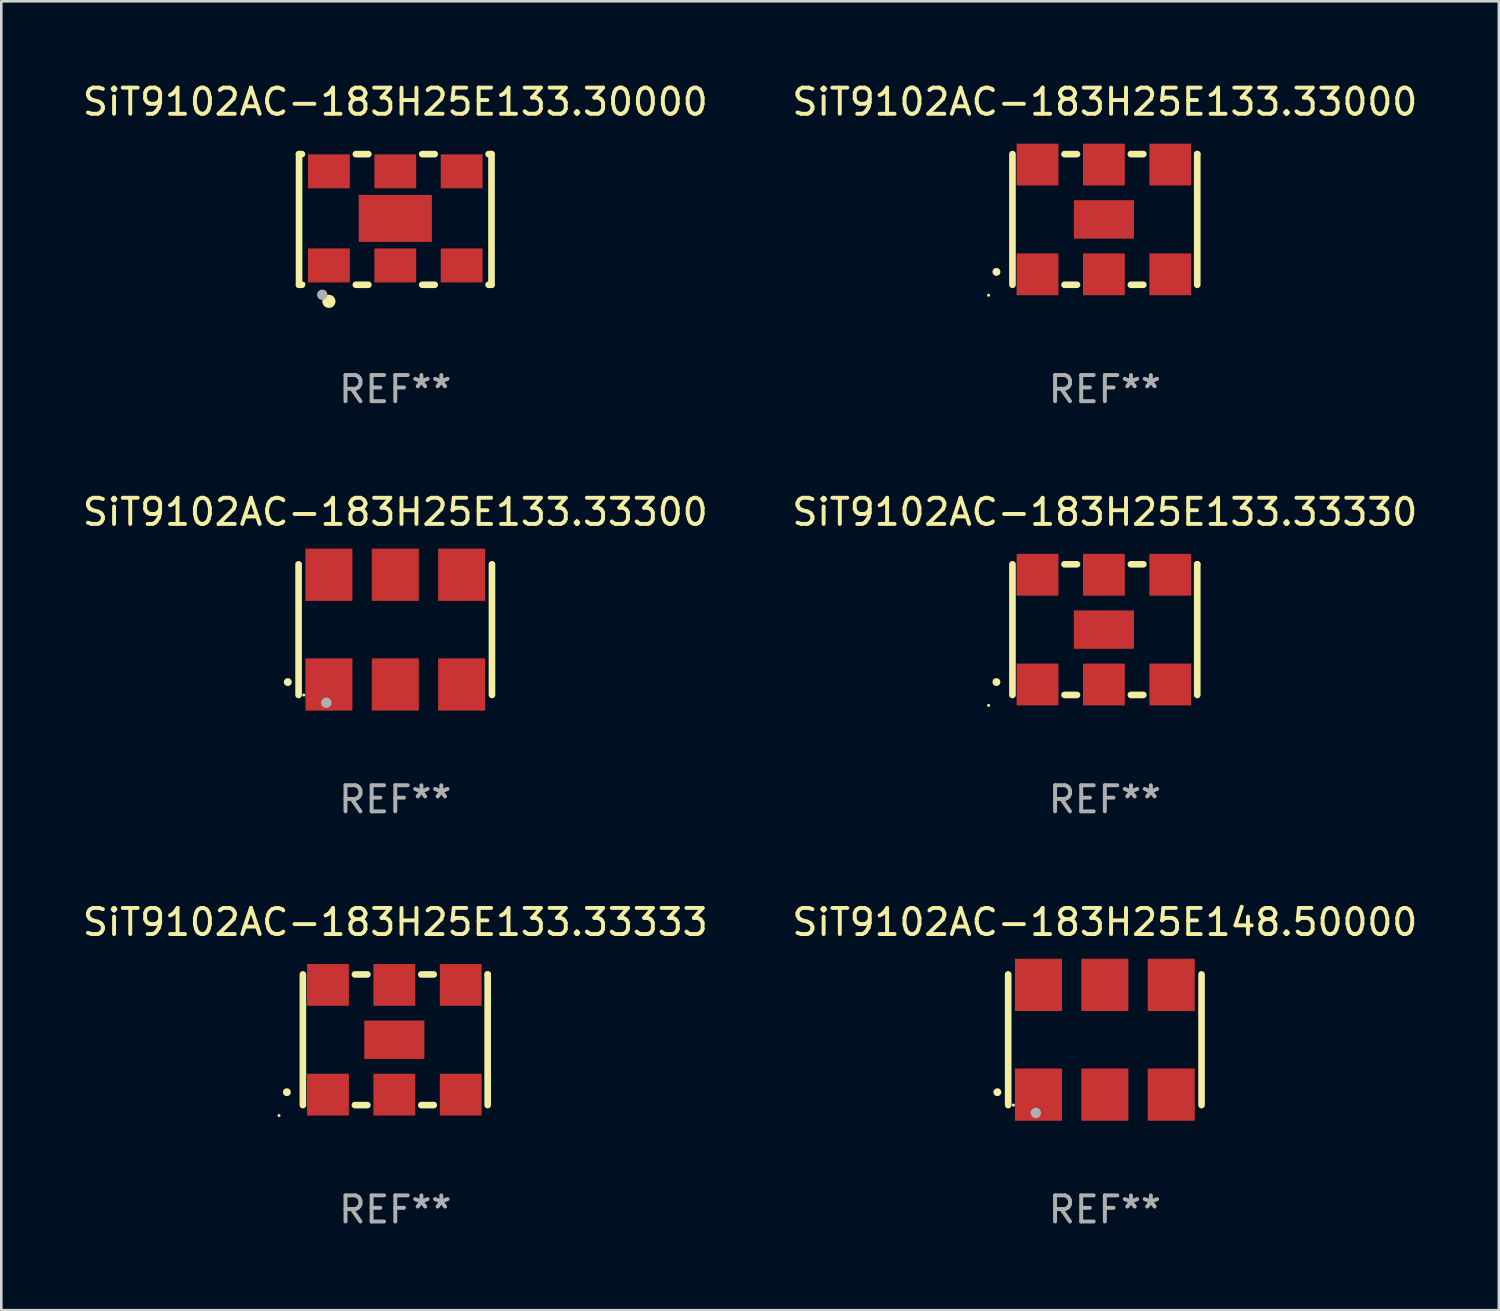
<source format=kicad_pcb>
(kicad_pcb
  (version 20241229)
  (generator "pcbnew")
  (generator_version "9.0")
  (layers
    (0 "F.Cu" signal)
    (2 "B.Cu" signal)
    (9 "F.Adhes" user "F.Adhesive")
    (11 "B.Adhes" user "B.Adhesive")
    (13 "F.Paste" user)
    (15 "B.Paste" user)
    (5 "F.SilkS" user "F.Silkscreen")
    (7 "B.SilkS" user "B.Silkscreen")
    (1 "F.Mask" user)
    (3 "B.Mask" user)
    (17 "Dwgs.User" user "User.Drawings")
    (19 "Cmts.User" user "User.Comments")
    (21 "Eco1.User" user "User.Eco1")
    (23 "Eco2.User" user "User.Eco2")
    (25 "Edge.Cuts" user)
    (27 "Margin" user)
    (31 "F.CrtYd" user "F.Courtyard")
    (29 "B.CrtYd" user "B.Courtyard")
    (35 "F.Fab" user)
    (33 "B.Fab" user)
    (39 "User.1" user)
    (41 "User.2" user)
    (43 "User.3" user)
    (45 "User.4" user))
  (footprint "SiT9102AC-183H25E133.33000"
    (layer "F.Cu")
    (at 39.232 5.348)
    (property "Reference" "SiT9102AC-183H25E133.33000" (at 0 -4.5 0) (layer "F.SilkS") (effects (font (size 1 1) (thickness 0.15))))
    (attr through_hole)
    (fp_line (start -3.536 -2.5) (end -3.536 2.5) (stroke (width 0.254) (type solid)) (layer "F.SilkS"))
    (fp_line (start -1.544 2.5) (end -1.067 2.5) (stroke (width 0.254) (type solid)) (layer "F.SilkS"))
    (fp_line (start -1.067 -2.5) (end -1.544 -2.5) (stroke (width 0.254) (type solid)) (layer "F.SilkS"))
    (fp_line (start 0.996 2.5) (end 1.473 2.5) (stroke (width 0.254) (type solid)) (layer "F.SilkS"))
    (fp_line (start 1.473 -2.5) (end 0.996 -2.5) (stroke (width 0.254) (type solid)) (layer "F.SilkS"))
    (fp_line (start 3.536 -2.5) (end 3.536 -2.5) (stroke (width 0.254) (type solid)) (layer "F.SilkS"))
    (fp_line (start 3.536 2.5) (end 3.536 -2.5) (stroke (width 0.254) (type solid)) (layer "F.SilkS"))
    (fp_arc (start -4.150432 2.006604) (mid -4.149162 2.006599) (end -4.147892 2.006604) (stroke (width 0.3) (type solid)) (layer "F.SilkS"))
    (fp_circle (center -4.449 2.9) (end -4.419 2.9) (stroke (width 0.06) (type solid)) (fill no) (layer "F.SilkS"))
    (fp_text user "REF**" (at 0 6.5 0) (layer "F.Fab") (effects (font (size 1 1) (thickness 0.15))))
    (pad "1" smd rect (at -2.576 2.1) (size 1.6 1.6) (layers "F.Cu" "F.Mask" "F.Paste"))
    (pad "2" smd rect (at -0.036 2.1) (size 1.6 1.6) (layers "F.Cu" "F.Mask" "F.Paste"))
    (pad "3" smd rect (at 2.504 2.1) (size 1.6 1.6) (layers "F.Cu" "F.Mask" "F.Paste"))
    (pad "4" smd rect (at 2.504 -2.1) (size 1.6 1.6) (layers "F.Cu" "F.Mask" "F.Paste"))
    (pad "5" smd rect (at -0.036 -2.1) (size 1.6 1.6) (layers "F.Cu" "F.Mask" "F.Paste"))
    (pad "6" smd rect (at -2.576 -2.1) (size 1.6 1.6) (layers "F.Cu" "F.Mask" "F.Paste"))
    (pad "7" smd rect (at -0.036 0) (size 2.3 1.47) (layers "F.Cu" "F.Mask" "F.Paste")))
  (footprint "SiT9102AC-183H25E133.30000"
    (layer "F.Cu")
    (at 12.077 5.348)
    (property "Reference" "SiT9102AC-183H25E133.30000" (at 0 -4.5 0) (layer "F.SilkS") (effects (font (size 1 1) (thickness 0.15))))
    (attr through_hole)
    (fp_line (start -3.683 -2.5) (end -3.571 -2.5) (stroke (width 0.254) (type solid)) (layer "F.SilkS"))
    (fp_line (start -3.683 2.5) (end -3.683 -2.5) (stroke (width 0.254) (type solid)) (layer "F.SilkS"))
    (fp_line (start -3.683 2.5) (end -3.571 2.5) (stroke (width 0.254) (type solid)) (layer "F.SilkS"))
    (fp_line (start -1.509 -2.5) (end -1.031 -2.5) (stroke (width 0.254) (type solid)) (layer "F.SilkS"))
    (fp_line (start -1.509 2.5) (end -1.031 2.5) (stroke (width 0.254) (type solid)) (layer "F.SilkS"))
    (fp_line (start 1.031 -2.5) (end 1.509 -2.5) (stroke (width 0.254) (type solid)) (layer "F.SilkS"))
    (fp_line (start 1.031 2.5) (end 1.509 2.5) (stroke (width 0.254) (type solid)) (layer "F.SilkS"))
    (fp_line (start 3.571 -2.5) (end 3.683 -2.5) (stroke (width 0.254) (type solid)) (layer "F.SilkS"))
    (fp_line (start 3.571 2.5) (end 3.683 2.5) (stroke (width 0.254) (type solid)) (layer "F.SilkS"))
    (fp_line (start 3.683 2.5) (end 3.683 -2.5) (stroke (width 0.254) (type solid)) (layer "F.SilkS"))
    (fp_circle (center -3.5 2.46) (end -3.47 2.46) (stroke (width 0.06) (type solid)) (fill no) (layer "F.SilkS"))
    (fp_circle (center -2.54 3.135) (end -2.413 3.135) (stroke (width 0.254) (type solid)) (fill no) (layer "F.SilkS"))
    (fp_circle (center -2.794 2.881) (end -2.694 2.881) (stroke (width 0.2) (type solid)) (fill no) (layer "F.Fab"))
    (fp_text user "REF**" (at 0 6.5 0) (layer "F.Fab") (effects (font (size 1 1) (thickness 0.15))))
    (pad "1" smd rect (at -2.54 1.76) (size 1.6 1.3) (layers "F.Cu" "F.Mask" "F.Paste"))
    (pad "2" smd rect (at 0 1.76) (size 1.6 1.3) (layers "F.Cu" "F.Mask" "F.Paste"))
    (pad "3" smd rect (at 2.54 1.76) (size 1.6 1.3) (layers "F.Cu" "F.Mask" "F.Paste"))
    (pad "4" smd rect (at 2.54 -1.84) (size 1.6 1.3) (layers "F.Cu" "F.Mask" "F.Paste"))
    (pad "5" smd rect (at 0 -1.84) (size 1.6 1.3) (layers "F.Cu" "F.Mask" "F.Paste"))
    (pad "6" smd rect (at -2.54 -1.84) (size 1.6 1.3) (layers "F.Cu" "F.Mask" "F.Paste"))
    (pad "7" smd rect (at 0 -0.04) (size 2.8 1.8) (layers "F.Cu" "F.Mask" "F.Paste")))
  (footprint "SiT9102AC-183H25E133.33333"
    (layer "F.Cu")
    (at 12.077 36.741)
    (property "Reference" "SiT9102AC-183H25E133.33333" (at 0 -4.5 0) (layer "F.SilkS") (effects (font (size 1 1) (thickness 0.15))))
    (attr through_hole)
    (fp_line (start -3.536 -2.5) (end -3.536 2.5) (stroke (width 0.254) (type solid)) (layer "F.SilkS"))
    (fp_line (start -1.544 2.5) (end -1.067 2.5) (stroke (width 0.254) (type solid)) (layer "F.SilkS"))
    (fp_line (start -1.067 -2.5) (end -1.544 -2.5) (stroke (width 0.254) (type solid)) (layer "F.SilkS"))
    (fp_line (start 0.996 2.5) (end 1.473 2.5) (stroke (width 0.254) (type solid)) (layer "F.SilkS"))
    (fp_line (start 1.473 -2.5) (end 0.996 -2.5) (stroke (width 0.254) (type solid)) (layer "F.SilkS"))
    (fp_line (start 3.536 -2.5) (end 3.536 -2.5) (stroke (width 0.254) (type solid)) (layer "F.SilkS"))
    (fp_line (start 3.536 2.5) (end 3.536 -2.5) (stroke (width 0.254) (type solid)) (layer "F.SilkS"))
    (fp_arc (start -4.150432 2.006604) (mid -4.149162 2.006599) (end -4.147892 2.006604) (stroke (width 0.3) (type solid)) (layer "F.SilkS"))
    (fp_circle (center -4.449 2.9) (end -4.419 2.9) (stroke (width 0.06) (type solid)) (fill no) (layer "F.SilkS"))
    (fp_text user "REF**" (at 0 6.5 0) (layer "F.Fab") (effects (font (size 1 1) (thickness 0.15))))
    (pad "1" smd rect (at -2.576 2.1) (size 1.6 1.6) (layers "F.Cu" "F.Mask" "F.Paste"))
    (pad "2" smd rect (at -0.036 2.1) (size 1.6 1.6) (layers "F.Cu" "F.Mask" "F.Paste"))
    (pad "3" smd rect (at 2.504 2.1) (size 1.6 1.6) (layers "F.Cu" "F.Mask" "F.Paste"))
    (pad "4" smd rect (at 2.504 -2.1) (size 1.6 1.6) (layers "F.Cu" "F.Mask" "F.Paste"))
    (pad "5" smd rect (at -0.036 -2.1) (size 1.6 1.6) (layers "F.Cu" "F.Mask" "F.Paste"))
    (pad "6" smd rect (at -2.576 -2.1) (size 1.6 1.6) (layers "F.Cu" "F.Mask" "F.Paste"))
    (pad "7" smd rect (at -0.036 0) (size 2.3 1.47) (layers "F.Cu" "F.Mask" "F.Paste")))
  (footprint "SiT9102AC-183H25E133.33300"
    (layer "F.Cu")
    (at 12.077 21.045)
    (property "Reference" "SiT9102AC-183H25E133.33300" (at 0 -4.5 0) (layer "F.SilkS") (effects (font (size 1 1) (thickness 0.15))))
    (attr through_hole)
    (fp_line (start -3.7 -2.5) (end -3.7 2.5) (stroke (width 0.254) (type solid)) (layer "F.SilkS"))
    (fp_line (start 3.7 -2.5) (end 3.7 2.5) (stroke (width 0.254) (type solid)) (layer "F.SilkS"))
    (fp_arc (start -4.114415 2.006604) (mid -4.113145 2.006599) (end -4.111875 2.006604) (stroke (width 0.3) (type solid)) (layer "F.SilkS"))
    (fp_circle (center -3.5 2.501) (end -3.47 2.501) (stroke (width 0.06) (type solid)) (fill no) (layer "F.SilkS"))
    (fp_circle (center -2.641 2.799) (end -2.541 2.799) (stroke (width 0.2) (type solid)) (fill no) (layer "F.Fab"))
    (fp_text user "REF**" (at 0 6.5 0) (layer "F.Fab") (effects (font (size 1 1) (thickness 0.15))))
    (pad "1" smd rect (at -2.54 2.1) (size 1.8 2) (layers "F.Cu" "F.Mask" "F.Paste"))
    (pad "2" smd rect (at 0.000394 2.1) (size 1.8 2) (layers "F.Cu" "F.Mask" "F.Paste"))
    (pad "3" smd rect (at 2.54 2.1) (size 1.8 2) (layers "F.Cu" "F.Mask" "F.Paste"))
    (pad "4" smd rect (at 2.54 -2.1) (size 1.8 2) (layers "F.Cu" "F.Mask" "F.Paste"))
    (pad "5" smd rect (at 0.000394 -2.1) (size 1.8 2) (layers "F.Cu" "F.Mask" "F.Paste"))
    (pad "6" smd rect (at -2.54 -2.1) (size 1.8 2) (layers "F.Cu" "F.Mask" "F.Paste")))
  (footprint "SiT9102AC-183H25E148.50000"
    (layer "F.Cu")
    (at 39.232 36.741)
    (property "Reference" "SiT9102AC-183H25E148.50000" (at 0 -4.5 0) (layer "F.SilkS") (effects (font (size 1 1) (thickness 0.15))))
    (attr through_hole)
    (fp_line (start -3.7 -2.5) (end -3.7 2.5) (stroke (width 0.254) (type solid)) (layer "F.SilkS"))
    (fp_line (start 3.7 -2.5) (end 3.7 2.5) (stroke (width 0.254) (type solid)) (layer "F.SilkS"))
    (fp_arc (start -4.114415 2.006604) (mid -4.113145 2.006599) (end -4.111875 2.006604) (stroke (width 0.3) (type solid)) (layer "F.SilkS"))
    (fp_circle (center -3.5 2.501) (end -3.47 2.501) (stroke (width 0.06) (type solid)) (fill no) (layer "F.SilkS"))
    (fp_circle (center -2.641 2.799) (end -2.541 2.799) (stroke (width 0.2) (type solid)) (fill no) (layer "F.Fab"))
    (fp_text user "REF**" (at 0 6.5 0) (layer "F.Fab") (effects (font (size 1 1) (thickness 0.15))))
    (pad "1" smd rect (at -2.54 2.1) (size 1.8 2) (layers "F.Cu" "F.Mask" "F.Paste"))
    (pad "2" smd rect (at 0.000394 2.1) (size 1.8 2) (layers "F.Cu" "F.Mask" "F.Paste"))
    (pad "3" smd rect (at 2.54 2.1) (size 1.8 2) (layers "F.Cu" "F.Mask" "F.Paste"))
    (pad "4" smd rect (at 2.54 -2.1) (size 1.8 2) (layers "F.Cu" "F.Mask" "F.Paste"))
    (pad "5" smd rect (at 0.000394 -2.1) (size 1.8 2) (layers "F.Cu" "F.Mask" "F.Paste"))
    (pad "6" smd rect (at -2.54 -2.1) (size 1.8 2) (layers "F.Cu" "F.Mask" "F.Paste")))
  (footprint "SiT9102AC-183H25E133.33330"
    (layer "F.Cu")
    (at 39.232 21.045)
    (property "Reference" "SiT9102AC-183H25E133.33330" (at 0 -4.5 0) (layer "F.SilkS") (effects (font (size 1 1) (thickness 0.15))))
    (attr through_hole)
    (fp_line (start -3.536 -2.5) (end -3.536 2.5) (stroke (width 0.254) (type solid)) (layer "F.SilkS"))
    (fp_line (start -1.544 2.5) (end -1.067 2.5) (stroke (width 0.254) (type solid)) (layer "F.SilkS"))
    (fp_line (start -1.067 -2.5) (end -1.544 -2.5) (stroke (width 0.254) (type solid)) (layer "F.SilkS"))
    (fp_line (start 0.996 2.5) (end 1.473 2.5) (stroke (width 0.254) (type solid)) (layer "F.SilkS"))
    (fp_line (start 1.473 -2.5) (end 0.996 -2.5) (stroke (width 0.254) (type solid)) (layer "F.SilkS"))
    (fp_line (start 3.536 -2.5) (end 3.536 -2.5) (stroke (width 0.254) (type solid)) (layer "F.SilkS"))
    (fp_line (start 3.536 2.5) (end 3.536 -2.5) (stroke (width 0.254) (type solid)) (layer "F.SilkS"))
    (fp_arc (start -4.150432 2.006604) (mid -4.149162 2.006599) (end -4.147892 2.006604) (stroke (width 0.3) (type solid)) (layer "F.SilkS"))
    (fp_circle (center -4.449 2.9) (end -4.419 2.9) (stroke (width 0.06) (type solid)) (fill no) (layer "F.SilkS"))
    (fp_text user "REF**" (at 0 6.5 0) (layer "F.Fab") (effects (font (size 1 1) (thickness 0.15))))
    (pad "1" smd rect (at -2.576 2.1) (size 1.6 1.6) (layers "F.Cu" "F.Mask" "F.Paste"))
    (pad "2" smd rect (at -0.036 2.1) (size 1.6 1.6) (layers "F.Cu" "F.Mask" "F.Paste"))
    (pad "3" smd rect (at 2.504 2.1) (size 1.6 1.6) (layers "F.Cu" "F.Mask" "F.Paste"))
    (pad "4" smd rect (at 2.504 -2.1) (size 1.6 1.6) (layers "F.Cu" "F.Mask" "F.Paste"))
    (pad "5" smd rect (at -0.036 -2.1) (size 1.6 1.6) (layers "F.Cu" "F.Mask" "F.Paste"))
    (pad "6" smd rect (at -2.576 -2.1) (size 1.6 1.6) (layers "F.Cu" "F.Mask" "F.Paste"))
    (pad "7" smd rect (at -0.036 0) (size 2.3 1.47) (layers "F.Cu" "F.Mask" "F.Paste")))
  (gr_rect
    (start -3 -3)
    (end 54.31 47.09)
    (stroke (width 0.1) (type default))
    (fill no)
    (layer "Edge.Cuts")))
</source>
